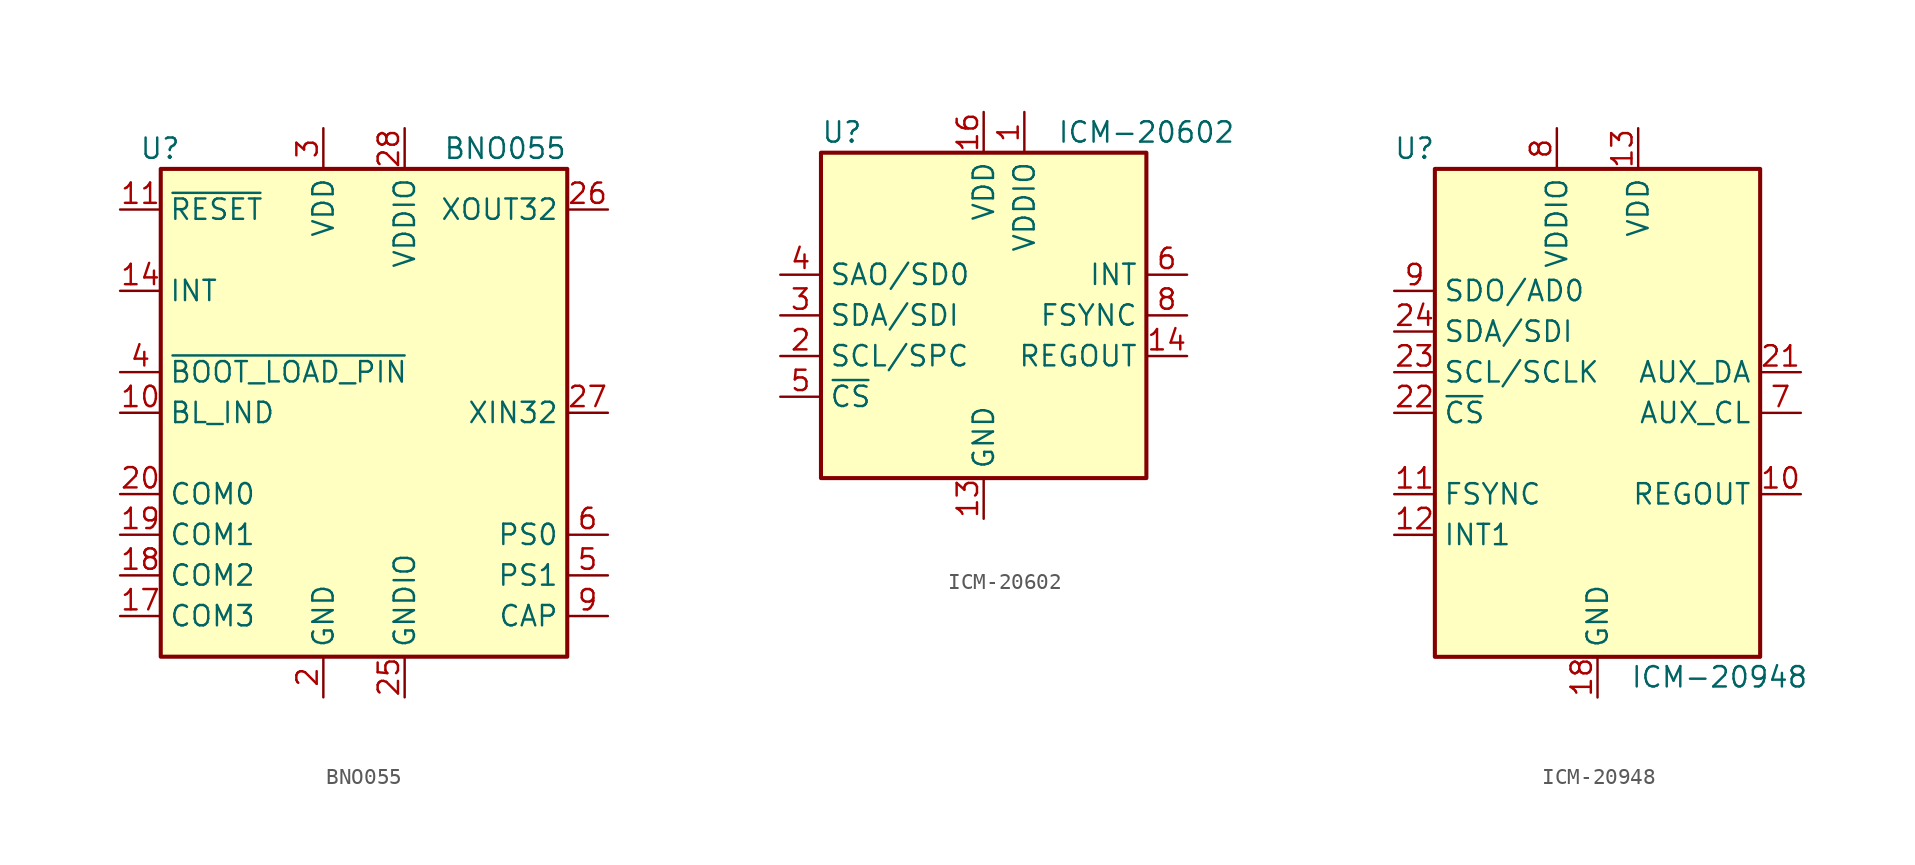
<source format=kicad_sym>
(kicad_symbol_lib
  (version 20201005)
  (generator kicad_symbol_editor)
  (symbol "Sensor_Motion:BNO055"
    (property "Reference" "U"
      (at -11.43 16.51 0)
      (effects (font (size 1.27 1.27)) (justify right)))
    (property "Value" "BNO055"
      (at 12.7 16.51 0)
      (effects (font (size 1.27 1.27)) (justify right)))
    (symbol "BNO055_0_1"
      (rectangle (start -12.7 15.24) (end 12.7 -15.24) (stroke (width 0.254)) (fill (type background))))
    (symbol "BNO055_1_1"
      (pin no_connect line (at -12.7 10.16 0) (length 2.54) hide (name "PIN1" (effects (font (size 1.27 1.27)))) (number "1" (effects (font (size 1.27 1.27)))))
      (pin output line (at -15.24 0 0) (length 2.54) (name "BL_IND" (effects (font (size 1.27 1.27)))) (number "10" (effects (font (size 1.27 1.27)))))
      (pin input line (at -15.24 12.7 0) (length 2.54) (name "~RESET" (effects (font (size 1.27 1.27)))) (number "11" (effects (font (size 1.27 1.27)))))
      (pin no_connect line (at 12.7 10.16 180) (length 2.54) hide (name "PIN12" (effects (font (size 1.27 1.27)))) (number "12" (effects (font (size 1.27 1.27)))))
      (pin no_connect line (at 12.7 7.62 180) (length 2.54) hide (name "PIN13" (effects (font (size 1.27 1.27)))) (number "13" (effects (font (size 1.27 1.27)))))
      (pin output line (at -15.24 7.62 0) (length 2.54) (name "INT" (effects (font (size 1.27 1.27)))) (number "14" (effects (font (size 1.27 1.27)))))
      (pin passive line (at 2.54 -17.78 90) (length 2.54) hide (name "GNDIO" (effects (font (size 1.27 1.27)))) (number "15" (effects (font (size 1.27 1.27)))))
      (pin passive line (at 2.54 -17.78 90) (length 2.54) hide (name "GNDIO" (effects (font (size 1.27 1.27)))) (number "16" (effects (font (size 1.27 1.27)))))
      (pin input line (at -15.24 -12.7 0) (length 2.54) (name "COM3" (effects (font (size 1.27 1.27)))) (number "17" (effects (font (size 1.27 1.27)))))
      (pin bidirectional line (at -15.24 -10.16 0) (length 2.54) (name "COM2" (effects (font (size 1.27 1.27)))) (number "18" (effects (font (size 1.27 1.27)))))
      (pin bidirectional line (at -15.24 -7.62 0) (length 2.54) (name "COM1" (effects (font (size 1.27 1.27)))) (number "19" (effects (font (size 1.27 1.27)))))
      (pin power_in line (at -2.54 -17.78 90) (length 2.54) (name "GND" (effects (font (size 1.27 1.27)))) (number "2" (effects (font (size 1.27 1.27)))))
      (pin bidirectional line (at -15.24 -5.08 0) (length 2.54) (name "COM0" (effects (font (size 1.27 1.27)))) (number "20" (effects (font (size 1.27 1.27)))))
      (pin no_connect line (at 12.7 5.08 180) (length 2.54) hide (name "PIN21" (effects (font (size 1.27 1.27)))) (number "21" (effects (font (size 1.27 1.27)))))
      (pin no_connect line (at 12.7 2.54 180) (length 2.54) hide (name "PIN22" (effects (font (size 1.27 1.27)))) (number "22" (effects (font (size 1.27 1.27)))))
      (pin no_connect line (at 12.7 -2.54 180) (length 2.54) hide (name "PIN23" (effects (font (size 1.27 1.27)))) (number "23" (effects (font (size 1.27 1.27)))))
      (pin no_connect line (at 12.7 -5.08 180) (length 2.54) hide (name "PIN24" (effects (font (size 1.27 1.27)))) (number "24" (effects (font (size 1.27 1.27)))))
      (pin power_in line (at 2.54 -17.78 90) (length 2.54) (name "GNDIO" (effects (font (size 1.27 1.27)))) (number "25" (effects (font (size 1.27 1.27)))))
      (pin output line (at 15.24 12.7 180) (length 2.54) (name "XOUT32" (effects (font (size 1.27 1.27)))) (number "26" (effects (font (size 1.27 1.27)))))
      (pin input line (at 15.24 0 180) (length 2.54) (name "XIN32" (effects (font (size 1.27 1.27)))) (number "27" (effects (font (size 1.27 1.27)))))
      (pin power_in line (at 2.54 17.78 270) (length 2.54) (name "VDDIO" (effects (font (size 1.27 1.27)))) (number "28" (effects (font (size 1.27 1.27)))))
      (pin power_in line (at -2.54 17.78 270) (length 2.54) (name "VDD" (effects (font (size 1.27 1.27)))) (number "3" (effects (font (size 1.27 1.27)))))
      (pin input line (at -15.24 2.54 0) (length 2.54) (name "~BOOT_LOAD_PIN" (effects (font (size 1.27 1.27)))) (number "4" (effects (font (size 1.27 1.27)))))
      (pin input line (at 15.24 -10.16 180) (length 2.54) (name "PS1" (effects (font (size 1.27 1.27)))) (number "5" (effects (font (size 1.27 1.27)))))
      (pin input line (at 15.24 -7.62 180) (length 2.54) (name "PS0" (effects (font (size 1.27 1.27)))) (number "6" (effects (font (size 1.27 1.27)))))
      (pin no_connect line (at -12.7 5.08 0) (length 2.54) hide (name "PIN7" (effects (font (size 1.27 1.27)))) (number "7" (effects (font (size 1.27 1.27)))))
      (pin no_connect line (at -12.7 -2.54 0) (length 2.54) hide (name "PIN8" (effects (font (size 1.27 1.27)))) (number "8" (effects (font (size 1.27 1.27)))))
      (pin passive line (at 15.24 -12.7 180) (length 2.54) (name "CAP" (effects (font (size 1.27 1.27)))) (number "9" (effects (font (size 1.27 1.27)))))))
  (symbol "Sensor_Motion:ICM-20602"
    (property "Reference" "U"
      (at -10.16 11.43 0)
      (effects (font (size 1.27 1.27)) (justify left)))
    (property "Value" "ICM-20602"
      (at 10.16 11.43 0)
      (effects (font (size 1.27 1.27))))
    (symbol "ICM-20602_0_1"
      (rectangle (start -10.16 10.16) (end 10.16 -10.16) (stroke (width 0.254)) (fill (type background))))
    (symbol "ICM-20602_1_1"
      (pin power_in line (at 2.54 12.7 270) (length 2.54) (name "VDDIO" (effects (font (size 1.27 1.27)))) (number "1" (effects (font (size 1.27 1.27)))))
      (pin passive line (at 0 -12.7 90) (length 2.54) hide (name "GND" (effects (font (size 1.27 1.27)))) (number "10" (effects (font (size 1.27 1.27)))))
      (pin passive line (at 0 -12.7 90) (length 2.54) hide (name "GND" (effects (font (size 1.27 1.27)))) (number "11" (effects (font (size 1.27 1.27)))))
      (pin passive line (at 0 -12.7 90) (length 2.54) hide (name "GND" (effects (font (size 1.27 1.27)))) (number "12" (effects (font (size 1.27 1.27)))))
      (pin power_in line (at 0 -12.7 90) (length 2.54) (name "GND" (effects (font (size 1.27 1.27)))) (number "13" (effects (font (size 1.27 1.27)))))
      (pin passive line (at 12.7 -2.54 180) (length 2.54) (name "REGOUT" (effects (font (size 1.27 1.27)))) (number "14" (effects (font (size 1.27 1.27)))))
      (pin passive line (at 0 -12.7 90) (length 2.54) hide (name "GND" (effects (font (size 1.27 1.27)))) (number "15" (effects (font (size 1.27 1.27)))))
      (pin power_in line (at 0 12.7 270) (length 2.54) (name "VDD" (effects (font (size 1.27 1.27)))) (number "16" (effects (font (size 1.27 1.27)))))
      (pin input line (at -12.7 -2.54 0) (length 2.54) (name "SCL/SPC" (effects (font (size 1.27 1.27)))) (number "2" (effects (font (size 1.27 1.27)))))
      (pin bidirectional line (at -12.7 0 0) (length 2.54) (name "SDA/SDI" (effects (font (size 1.27 1.27)))) (number "3" (effects (font (size 1.27 1.27)))))
      (pin bidirectional line (at -12.7 2.54 0) (length 2.54) (name "SAO/SD0" (effects (font (size 1.27 1.27)))) (number "4" (effects (font (size 1.27 1.27)))))
      (pin input line (at -12.7 -5.08 0) (length 2.54) (name "~CS" (effects (font (size 1.27 1.27)))) (number "5" (effects (font (size 1.27 1.27)))))
      (pin output line (at 12.7 2.54 180) (length 2.54) (name "INT" (effects (font (size 1.27 1.27)))) (number "6" (effects (font (size 1.27 1.27)))))
      (pin no_connect line (at -10.16 5.08 0) (length 2.54) hide (name "RESV" (effects (font (size 1.27 1.27)))) (number "7" (effects (font (size 1.27 1.27)))))
      (pin input line (at 12.7 0 180) (length 2.54) (name "FSYNC" (effects (font (size 1.27 1.27)))) (number "8" (effects (font (size 1.27 1.27)))))
      (pin passive line (at 0 -12.7 90) (length 2.54) hide (name "GND" (effects (font (size 1.27 1.27)))) (number "9" (effects (font (size 1.27 1.27)))))))
  (symbol "Sensor_Motion:ICM-20948"
    (property "Reference" "U"
      (at -11.43 16.51 0)
      (effects (font (size 1.27 1.27))))
    (property "Value" "ICM-20948"
      (at 7.62 -16.51 0)
      (effects (font (size 1.27 1.27))))
    (symbol "ICM-20948_0_1"
      (rectangle (start -10.16 15.24) (end 10.16 -15.24) (stroke (width 0.254)) (fill (type background))))
    (symbol "ICM-20948_1_1"
      (pin no_connect line (at -10.16 12.7 0) (length 2.54) hide (name "NC" (effects (font (size 1.27 1.27)))) (number "1" (effects (font (size 1.27 1.27)))))
      (pin passive line (at 12.7 -5.08 180) (length 2.54) (name "REGOUT" (effects (font (size 1.27 1.27)))) (number "10" (effects (font (size 1.27 1.27)))))
      (pin input line (at -12.7 -5.08 0) (length 2.54) (name "FSYNC" (effects (font (size 1.27 1.27)))) (number "11" (effects (font (size 1.27 1.27)))))
      (pin output line (at -12.7 -7.62 0) (length 2.54) (name "INT1" (effects (font (size 1.27 1.27)))) (number "12" (effects (font (size 1.27 1.27)))))
      (pin power_in line (at 2.54 17.78 270) (length 2.54) (name "VDD" (effects (font (size 1.27 1.27)))) (number "13" (effects (font (size 1.27 1.27)))))
      (pin no_connect line (at 10.16 7.62 180) (length 2.54) hide (name "NC" (effects (font (size 1.27 1.27)))) (number "14" (effects (font (size 1.27 1.27)))))
      (pin no_connect line (at 10.16 5.08 180) (length 2.54) hide (name "NC" (effects (font (size 1.27 1.27)))) (number "15" (effects (font (size 1.27 1.27)))))
      (pin no_connect line (at 10.16 -7.62 180) (length 2.54) hide (name "NC" (effects (font (size 1.27 1.27)))) (number "16" (effects (font (size 1.27 1.27)))))
      (pin no_connect line (at 10.16 -10.16 180) (length 2.54) hide (name "NC" (effects (font (size 1.27 1.27)))) (number "17" (effects (font (size 1.27 1.27)))))
      (pin power_in line (at 0 -17.78 90) (length 2.54) (name "GND" (effects (font (size 1.27 1.27)))) (number "18" (effects (font (size 1.27 1.27)))))
      (pin no_connect line (at 10.16 -12.7 180) (length 2.54) hide (name "RESV" (effects (font (size 1.27 1.27)))) (number "19" (effects (font (size 1.27 1.27)))))
      (pin no_connect line (at -10.16 10.16 0) (length 2.54) hide (name "NC" (effects (font (size 1.27 1.27)))) (number "2" (effects (font (size 1.27 1.27)))))
      (pin passive line (at 0 -17.78 90) (length 2.54) hide (name "GND" (effects (font (size 1.27 1.27)))) (number "20" (effects (font (size 1.27 1.27)))))
      (pin bidirectional line (at 12.7 2.54 180) (length 2.54) (name "AUX_DA" (effects (font (size 1.27 1.27)))) (number "21" (effects (font (size 1.27 1.27)))))
      (pin input line (at -12.7 0 0) (length 2.54) (name "~CS" (effects (font (size 1.27 1.27)))) (number "22" (effects (font (size 1.27 1.27)))))
      (pin input line (at -12.7 2.54 0) (length 2.54) (name "SCL/SCLK" (effects (font (size 1.27 1.27)))) (number "23" (effects (font (size 1.27 1.27)))))
      (pin bidirectional line (at -12.7 5.08 0) (length 2.54) (name "SDA/SDI" (effects (font (size 1.27 1.27)))) (number "24" (effects (font (size 1.27 1.27)))))
      (pin no_connect line (at -10.16 -2.54 0) (length 2.54) hide (name "NC" (effects (font (size 1.27 1.27)))) (number "3" (effects (font (size 1.27 1.27)))))
      (pin no_connect line (at -10.16 -10.16 0) (length 2.54) hide (name "NC" (effects (font (size 1.27 1.27)))) (number "4" (effects (font (size 1.27 1.27)))))
      (pin no_connect line (at -10.16 -12.7 0) (length 2.54) hide (name "NC" (effects (font (size 1.27 1.27)))) (number "5" (effects (font (size 1.27 1.27)))))
      (pin no_connect line (at 10.16 10.16 180) (length 2.54) hide (name "NC" (effects (font (size 1.27 1.27)))) (number "6" (effects (font (size 1.27 1.27)))))
      (pin output line (at 12.7 0 180) (length 2.54) (name "AUX_CL" (effects (font (size 1.27 1.27)))) (number "7" (effects (font (size 1.27 1.27)))))
      (pin power_in line (at -2.54 17.78 270) (length 2.54) (name "VDDIO" (effects (font (size 1.27 1.27)))) (number "8" (effects (font (size 1.27 1.27)))))
      (pin bidirectional line (at -12.7 7.62 0) (length 2.54) (name "SDO/AD0" (effects (font (size 1.27 1.27)))) (number "9" (effects (font (size 1.27 1.27))))))))
</source>
